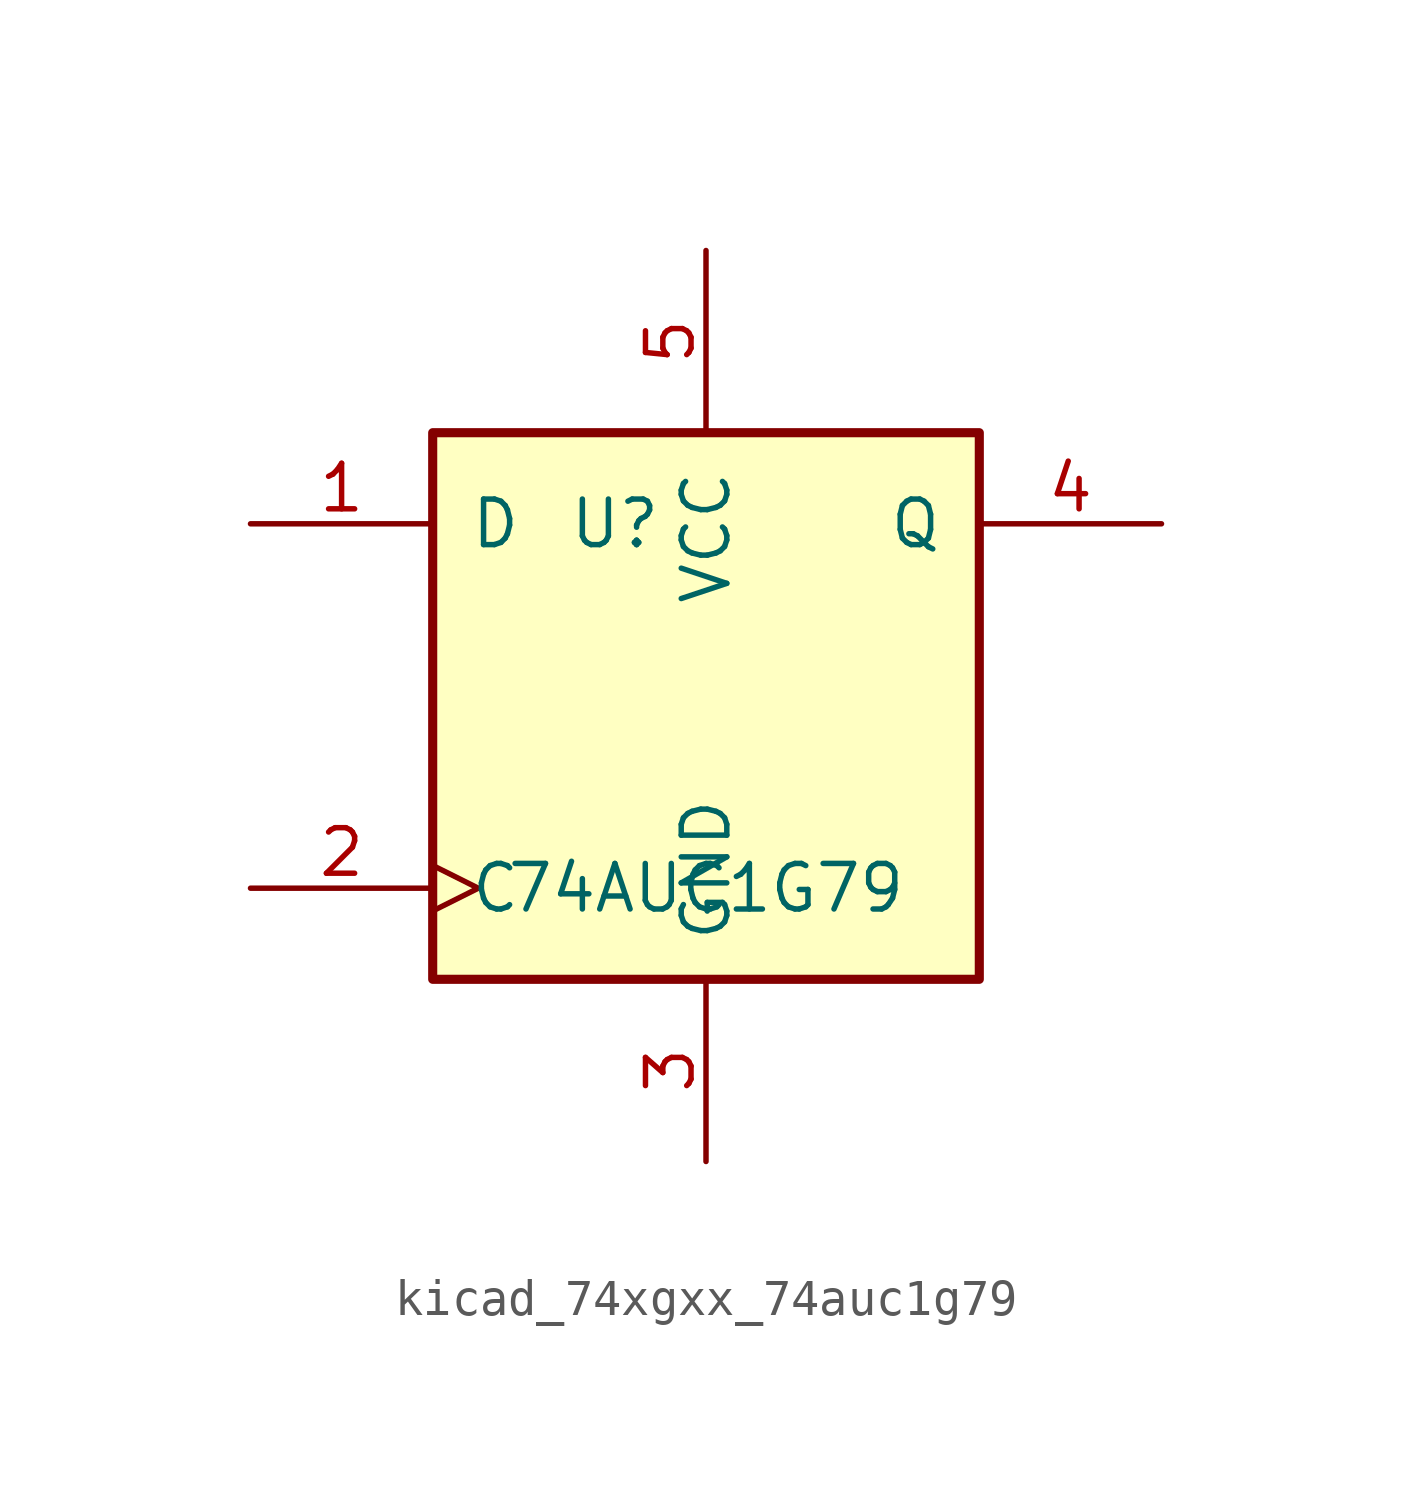
<source format=kicad_sym>
(kicad_symbol_lib
  (version 20220914)
  (generator kicad_symbol_editor)
  (symbol "kicad_74xgxx_74auc1g79"
    (pin_names
      (offset 1.016))
    (property "Reference" "U"
      (at -2.54 5.08 0)
      (effects (font (size 1.27 1.27))))
    (property "Value" "74AUC1G79"
      (at 0 -5.08 0)
      (effects (font (size 1.27 1.27))))
    (symbol "kicad_74xgxx_74auc1g79_0_1"
      (rectangle (start -7.62 7.62) (end 7.62 -7.62) (stroke (width 0.254) (type default)) (fill (type background))))
    (symbol "kicad_74xgxx_74auc1g79_1_1"
      (pin input line (at -12.7 5.08 0) (length 5.08) (name "D" (effects (font (size 1.27 1.27)))) (number "1" (effects (font (size 1.27 1.27)))))
      (pin input clock (at -12.7 -5.08 0) (length 5.08) (name "C" (effects (font (size 1.27 1.27)))) (number "2" (effects (font (size 1.27 1.27)))))
      (pin power_in line (at 0 -12.7 90) (length 5.08) (name "GND" (effects (font (size 1.27 1.27)))) (number "3" (effects (font (size 1.27 1.27)))))
      (pin output line (at 12.7 5.08 180) (length 5.08) (name "Q" (effects (font (size 1.27 1.27)))) (number "4" (effects (font (size 1.27 1.27)))))
      (pin power_in line (at 0 12.7 270) (length 5.08) (name "VCC" (effects (font (size 1.27 1.27)))) (number "5" (effects (font (size 1.27 1.27))))))))
</source>
